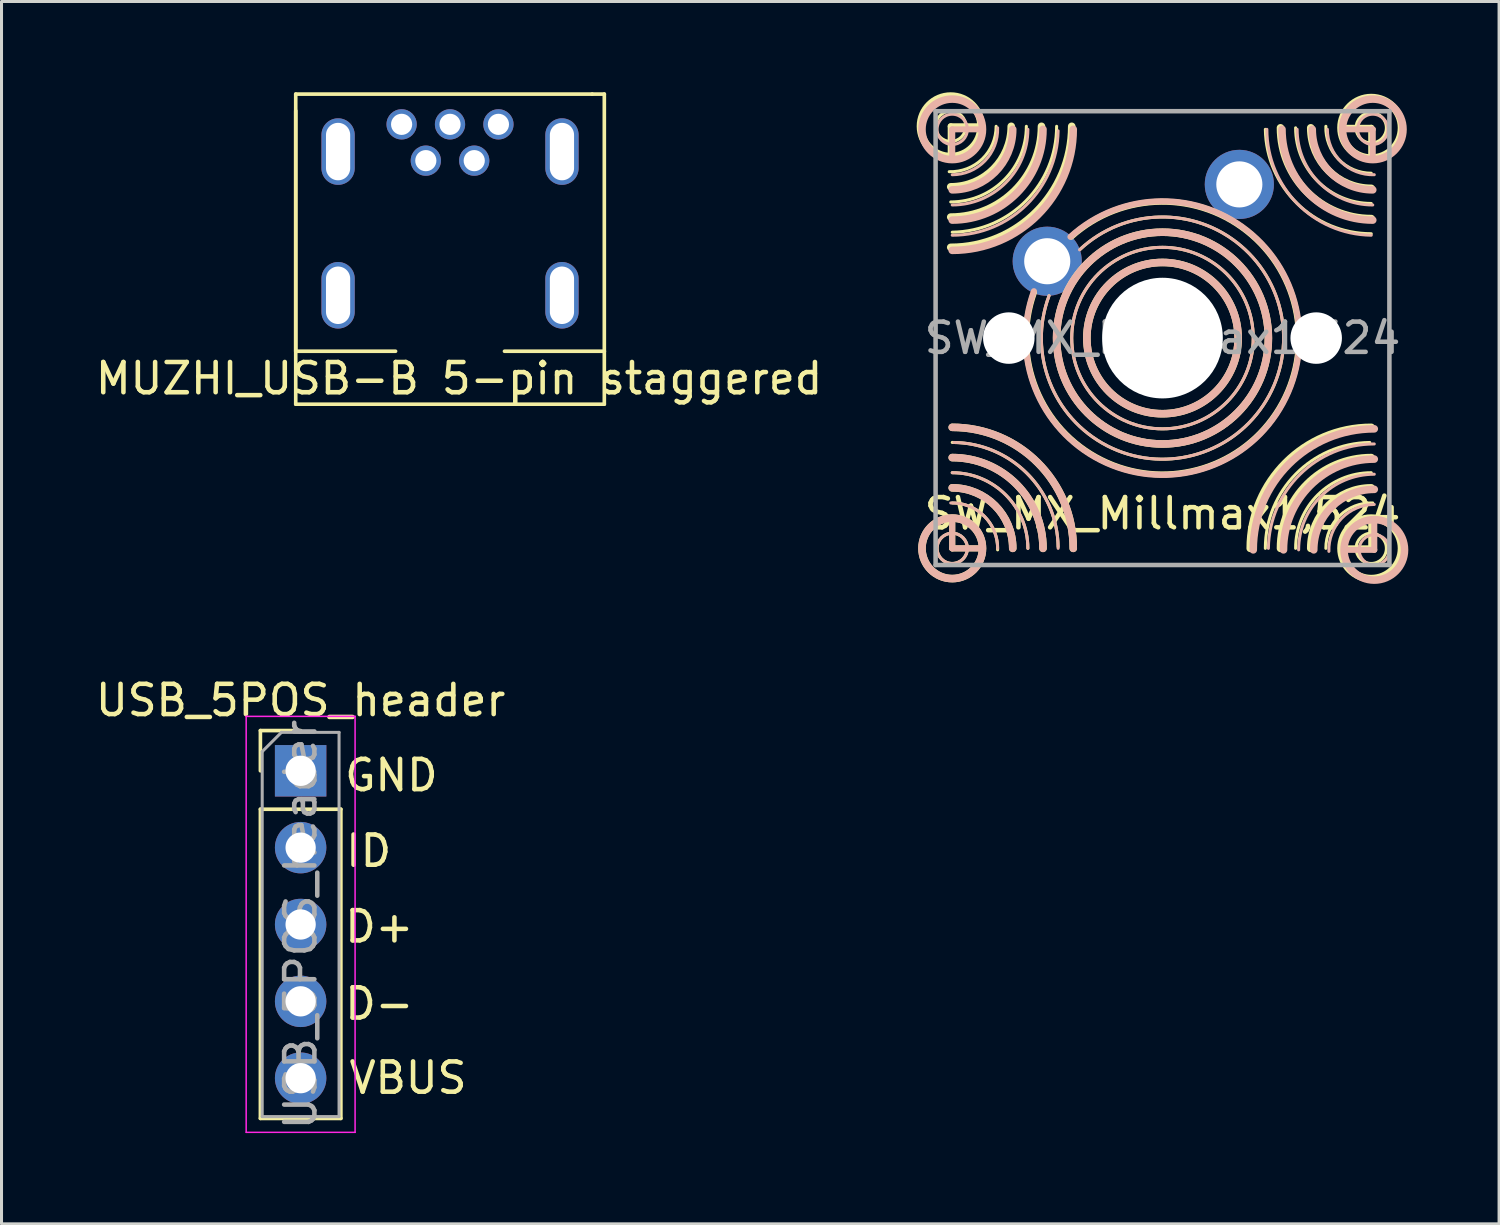
<source format=kicad_pcb>
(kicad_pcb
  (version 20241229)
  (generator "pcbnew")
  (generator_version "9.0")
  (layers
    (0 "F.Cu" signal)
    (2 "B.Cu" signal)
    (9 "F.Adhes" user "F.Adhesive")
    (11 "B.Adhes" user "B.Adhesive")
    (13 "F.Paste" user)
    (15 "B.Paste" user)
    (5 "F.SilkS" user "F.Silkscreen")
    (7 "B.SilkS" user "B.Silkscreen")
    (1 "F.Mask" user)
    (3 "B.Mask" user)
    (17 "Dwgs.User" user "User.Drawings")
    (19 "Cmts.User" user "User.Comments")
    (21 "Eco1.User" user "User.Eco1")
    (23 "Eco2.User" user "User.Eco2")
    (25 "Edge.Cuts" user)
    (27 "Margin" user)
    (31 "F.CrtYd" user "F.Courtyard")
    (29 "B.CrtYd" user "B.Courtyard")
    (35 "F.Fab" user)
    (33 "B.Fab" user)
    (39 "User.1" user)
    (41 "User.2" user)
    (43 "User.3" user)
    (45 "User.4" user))
  (footprint "USB_5POS_header"
    (layer "F.Cu")
    (at 6.887 22.428)
    (property "Reference" "USB_5POS_header" (at 0 -2.33 0) (layer "F.SilkS") (effects (font (size 1 1) (thickness 0.15))))
    (attr through_hole)
    (fp_line (start -1.33 -1.33) (end 0 -1.33) (stroke (width 0.12) (type solid)) (layer "F.SilkS"))
    (fp_line (start -1.33 0) (end -1.33 -1.33) (stroke (width 0.12) (type solid)) (layer "F.SilkS"))
    (fp_line (start -1.33 1.27) (end -1.33 11.49) (stroke (width 0.12) (type solid)) (layer "F.SilkS"))
    (fp_line (start -1.33 1.27) (end 1.33 1.27) (stroke (width 0.12) (type solid)) (layer "F.SilkS"))
    (fp_line (start -1.33 11.49) (end 1.33 11.49) (stroke (width 0.12) (type solid)) (layer "F.SilkS"))
    (fp_line (start 1.33 1.27) (end 1.33 11.49) (stroke (width 0.12) (type solid)) (layer "F.SilkS"))
    (fp_line (start -1.8 -1.8) (end -1.8 11.95) (stroke (width 0.05) (type solid)) (layer "F.CrtYd"))
    (fp_line (start -1.8 11.95) (end 1.8 11.95) (stroke (width 0.05) (type solid)) (layer "F.CrtYd"))
    (fp_line (start 1.8 -1.8) (end -1.8 -1.8) (stroke (width 0.05) (type solid)) (layer "F.CrtYd"))
    (fp_line (start 1.8 11.95) (end 1.8 -1.8) (stroke (width 0.05) (type solid)) (layer "F.CrtYd"))
    (fp_line (start -1.27 -0.635) (end -0.635 -1.27) (stroke (width 0.1) (type solid)) (layer "F.Fab"))
    (fp_line (start -1.27 11.43) (end -1.27 -0.635) (stroke (width 0.1) (type solid)) (layer "F.Fab"))
    (fp_line (start -0.635 -1.27) (end 1.27 -1.27) (stroke (width 0.1) (type solid)) (layer "F.Fab"))
    (fp_line (start 1.27 -1.27) (end 1.27 11.43) (stroke (width 0.1) (type solid)) (layer "F.Fab"))
    (fp_line (start 1.27 11.43) (end -1.27 11.43) (stroke (width 0.1) (type solid)) (layer "F.Fab"))
    (fp_text user "D-" (at 2.6 7.7 0) (layer "F.SilkS") (effects (font (size 1 1) (thickness 0.15))))
    (fp_text user "VBUS" (at 3.55 10.15 0) (layer "F.SilkS") (effects (font (size 1 1) (thickness 0.15))))
    (fp_text user "GND" (at 3 0.15 0) (layer "F.SilkS") (effects (font (size 1 1) (thickness 0.15))))
    (fp_text user "ID" (at 2.25 2.65 0) (layer "F.SilkS") (effects (font (size 1 1) (thickness 0.15))))
    (fp_text user "D+" (at 2.6 5.15 0) (layer "F.SilkS") (effects (font (size 1 1) (thickness 0.15))))
    (fp_text user "${REFERENCE}" (at 0 5.08 90) (layer "F.Fab") (effects (font (size 1 1) (thickness 0.15))))
    (pad "1" thru_hole rect (at 0 0) (size 1.7 1.7) (drill 1) (layers "*.Cu" "*.Mask"))
    (pad "2" thru_hole oval (at 0 2.54) (size 1.7 1.7) (drill 1) (layers "*.Cu" "*.Mask"))
    (pad "3" thru_hole oval (at 0 5.08) (size 1.7 1.7) (drill 1) (layers "*.Cu" "*.Mask"))
    (pad "4" thru_hole oval (at 0 7.62) (size 1.7 1.7) (drill 1) (layers "*.Cu" "*.Mask"))
    (pad "5" thru_hole oval (at 0 10.16) (size 1.7 1.7) (drill 1) (layers "*.Cu" "*.Mask")))
  (footprint "SW_MX_Millmax1,524"
    (layer "F.Cu")
    (at 35.375 8.125)
    (property "Reference" "SW_MX_Millmax1,524" (at 0 5.8 0) (layer "F.SilkS") (effects (font (size 1 1) (thickness 0.15))))
    (attr through_hole)
    (fp_line (start -7 -6) (end -7 -7) (stroke (width 0.2) (type solid)) (layer "F.SilkS"))
    (fp_line (start -6.95 5.95) (end -6.95 6.95) (stroke (width 0.2) (type solid)) (layer "F.SilkS"))
    (fp_line (start -6 -7) (end -7 -7) (stroke (width 0.2) (type solid)) (layer "F.SilkS"))
    (fp_line (start -5.95 6.95) (end -6.95 6.95) (stroke (width 0.2) (type solid)) (layer "F.SilkS"))
    (fp_line (start 5.9 -6.95) (end 6.9 -6.95) (stroke (width 0.2) (type solid)) (layer "F.SilkS"))
    (fp_line (start 5.9 6.95) (end 6.9 6.95) (stroke (width 0.2) (type solid)) (layer "F.SilkS"))
    (fp_line (start 6.9 -5.95) (end 6.9 -6.95) (stroke (width 0.2) (type solid)) (layer "F.SilkS"))
    (fp_line (start 6.9 5.95) (end 6.9 6.95) (stroke (width 0.2) (type solid)) (layer "F.SilkS"))
    (fp_arc (start -6.950001 5.449168) (mid -5.871219 5.906578) (end -5.450001 6.999999) (stroke (width 0.1) (type solid)) (layer "F.SilkS"))
    (fp_arc (start -6.95 2.95) (mid -4.121573 4.121573) (end -2.95 6.95) (stroke (width 0.25) (type solid)) (layer "F.SilkS"))
    (fp_arc (start -6.95 3.95) (mid -4.82868 4.82868) (end -3.95 6.95) (stroke (width 0.25) (type solid)) (layer "F.SilkS"))
    (fp_arc (start -6.95 4.45) (mid -5.182233 5.182233) (end -4.45 6.95) (stroke (width 0.1) (type solid)) (layer "F.SilkS"))
    (fp_arc (start -6.95 4.95) (mid -5.535786 5.535786) (end -4.95 6.95) (stroke (width 0.25) (type solid)) (layer "F.SilkS"))
    (fp_arc (start -6.949999 3.449644) (mid -4.492615 4.45726) (end -3.450001 6.900001) (stroke (width 0.1) (type solid)) (layer "F.SilkS"))
    (fp_arc (start -5.499168 -7.000001) (mid -5.956578 -5.921219) (end -7.049999 -5.500001) (stroke (width 0.1) (type solid)) (layer "F.SilkS"))
    (fp_arc (start -5 -7) (mid -5.585786 -5.585786) (end -7 -5) (stroke (width 0.25) (type solid)) (layer "F.SilkS"))
    (fp_arc (start -4.5 -7) (mid -5.232233 -5.232233) (end -7 -4.5) (stroke (width 0.1) (type solid)) (layer "F.SilkS"))
    (fp_arc (start -4 -7) (mid -4.87868 -4.87868) (end -7 -4) (stroke (width 0.25) (type solid)) (layer "F.SilkS"))
    (fp_arc (start -3.499644 -6.999999) (mid -4.50726 -4.542615) (end -6.950001 -3.500001) (stroke (width 0.1) (type solid)) (layer "F.SilkS"))
    (fp_arc (start -3.013389 -3.351414) (mid 3.747817 2.503269) (end -4.249999 -1.499999) (stroke (width 0.2) (type solid)) (layer "F.SilkS"))
    (fp_arc (start -3 -7) (mid -4.171573 -4.171573) (end -7 -3) (stroke (width 0.25) (type solid)) (layer "F.SilkS"))
    (fp_arc (start -2.723717 -2.933233) (mid 3.326402 2.226553) (end -3.749999 -1.399999) (stroke (width 0.1) (type solid)) (layer "F.SilkS"))
    (fp_arc (start 2.9 6.95) (mid 4.071573 4.121573) (end 6.9 2.95) (stroke (width 0.25) (type solid)) (layer "F.SilkS"))
    (fp_arc (start 3.399644 6.949999) (mid 4.40726 4.492615) (end 6.850001 3.450001) (stroke (width 0.1) (type solid)) (layer "F.SilkS"))
    (fp_arc (start 3.9 6.95) (mid 4.77868 4.82868) (end 6.9 3.95) (stroke (width 0.25) (type solid)) (layer "F.SilkS"))
    (fp_arc (start 4.4 6.95) (mid 5.132233 5.182233) (end 6.9 4.45) (stroke (width 0.1) (type solid)) (layer "F.SilkS"))
    (fp_arc (start 4.9 6.95) (mid 5.485786 5.535786) (end 6.9 4.95) (stroke (width 0.25) (type solid)) (layer "F.SilkS"))
    (fp_arc (start 5.399168 6.950001) (mid 5.856578 5.871219) (end 6.949999 5.450001) (stroke (width 0.1) (type solid)) (layer "F.SilkS"))
    (fp_arc (start 6.899999 -3.449644) (mid 4.442615 -4.45726) (end 3.400001 -6.900001) (stroke (width 0.1) (type solid)) (layer "F.SilkS"))
    (fp_arc (start 6.9 -4.95) (mid 5.485786 -5.535786) (end 4.9 -6.95) (stroke (width 0.25) (type solid)) (layer "F.SilkS"))
    (fp_arc (start 6.9 -4.45) (mid 5.132233 -5.182233) (end 4.4 -6.95) (stroke (width 0.1) (type solid)) (layer "F.SilkS"))
    (fp_arc (start 6.9 -3.95) (mid 4.77868 -4.82868) (end 3.9 -6.95) (stroke (width 0.25) (type solid)) (layer "F.SilkS"))
    (fp_arc (start 6.900001 -5.449168) (mid 5.821219 -5.906578) (end 5.400001 -6.999999) (stroke (width 0.1) (type solid)) (layer "F.SilkS"))
    (fp_circle (center -7 -7) (end -6.5 -7) (stroke (width 0.1) (type solid)) (fill no) (layer "F.SilkS"))
    (fp_circle (center -7 -7) (end -6 -7) (stroke (width 0.25) (type solid)) (fill no) (layer "F.SilkS"))
    (fp_circle (center -6.95 6.95) (end -6.95 5.95) (stroke (width 0.25) (type solid)) (fill no) (layer "F.SilkS"))
    (fp_circle (center -6.95 6.95) (end -6.95 6.45) (stroke (width 0.1) (type solid)) (fill no) (layer "F.SilkS"))
    (fp_circle (center 0 0) (end 2.5 0) (stroke (width 0.25) (type solid)) (fill no) (layer "F.SilkS"))
    (fp_circle (center 0 0) (end 3 0) (stroke (width 0.1) (type solid)) (fill no) (layer "F.SilkS"))
    (fp_circle (center 0 0) (end 3.5 0) (stroke (width 0.25) (type solid)) (fill no) (layer "F.SilkS"))
    (fp_circle (center 6.9 -6.95) (end 6.9 -6.45) (stroke (width 0.1) (type solid)) (fill no) (layer "F.SilkS"))
    (fp_circle (center 6.9 -6.95) (end 6.9 -5.95) (stroke (width 0.25) (type solid)) (fill no) (layer "F.SilkS"))
    (fp_circle (center 6.9 6.95) (end 5.9 6.95) (stroke (width 0.25) (type solid)) (fill no) (layer "F.SilkS"))
    (fp_circle (center 6.9 6.95) (end 6.4 6.95) (stroke (width 0.1) (type solid)) (fill no) (layer "F.SilkS"))
    (fp_line (start -6.95 -5.9) (end -6.95 -6.9) (stroke (width 0.2) (type solid)) (layer "B.SilkS"))
    (fp_line (start -6.95 5.95) (end -6.95 6.95) (stroke (width 0.2) (type solid)) (layer "B.SilkS"))
    (fp_line (start -5.95 -6.9) (end -6.95 -6.9) (stroke (width 0.2) (type solid)) (layer "B.SilkS"))
    (fp_line (start -5.95 6.95) (end -6.95 6.95) (stroke (width 0.2) (type solid)) (layer "B.SilkS"))
    (fp_line (start 5.95 -6.9) (end 6.95 -6.9) (stroke (width 0.2) (type solid)) (layer "B.SilkS"))
    (fp_line (start 6 7) (end 7 7) (stroke (width 0.2) (type solid)) (layer "B.SilkS"))
    (fp_line (start 6.95 -5.9) (end 6.95 -6.9) (stroke (width 0.2) (type solid)) (layer "B.SilkS"))
    (fp_line (start 7 6) (end 7 7) (stroke (width 0.2) (type solid)) (layer "B.SilkS"))
    (fp_arc (start -6.999999 5.450001) (mid -5.906578 5.871219) (end -5.449168 6.950001) (stroke (width 0.1) (type solid)) (layer "B.SilkS"))
    (fp_arc (start -6.95 2.95) (mid -4.121573 4.121573) (end -2.95 6.95) (stroke (width 0.25) (type solid)) (layer "B.SilkS"))
    (fp_arc (start -6.95 3.95) (mid -4.82868 4.82868) (end -3.95 6.95) (stroke (width 0.25) (type solid)) (layer "B.SilkS"))
    (fp_arc (start -6.95 4.45) (mid -5.182233 5.182233) (end -4.45 6.95) (stroke (width 0.1) (type solid)) (layer "B.SilkS"))
    (fp_arc (start -6.95 4.95) (mid -5.535786 5.535786) (end -4.95 6.95) (stroke (width 0.25) (type solid)) (layer "B.SilkS"))
    (fp_arc (start -6.900001 3.450001) (mid -4.45726 4.492615) (end -3.449644 6.949999) (stroke (width 0.1) (type solid)) (layer "B.SilkS"))
    (fp_arc (start -5.450001 -6.949999) (mid -5.871219 -5.856578) (end -6.950001 -5.399168) (stroke (width 0.1) (type solid)) (layer "B.SilkS"))
    (fp_arc (start -4.95 -6.9) (mid -5.535786 -5.485786) (end -6.95 -4.9) (stroke (width 0.25) (type solid)) (layer "B.SilkS"))
    (fp_arc (start -4.45 -6.9) (mid -5.182233 -5.132233) (end -6.95 -4.4) (stroke (width 0.1) (type solid)) (layer "B.SilkS"))
    (fp_arc (start -3.95 -6.9) (mid -4.82868 -4.77868) (end -6.95 -3.9) (stroke (width 0.25) (type solid)) (layer "B.SilkS"))
    (fp_arc (start -3.450001 -6.850001) (mid -4.492615 -4.40726) (end -6.949999 -3.399644) (stroke (width 0.1) (type solid)) (layer "B.SilkS"))
    (fp_arc (start -3.042417 -3.347937) (mid 3.755393 2.522302) (end -4.249999 -1.549999) (stroke (width 0.2) (type solid)) (layer "B.SilkS"))
    (fp_arc (start -2.95 -6.9) (mid -4.121573 -4.071573) (end -6.95 -2.9) (stroke (width 0.25) (type solid)) (layer "B.SilkS"))
    (fp_arc (start -2.741565 -2.916558) (mid 3.33318 2.216394) (end -3.749999 -1.399999) (stroke (width 0.1) (type solid)) (layer "B.SilkS"))
    (fp_arc (start 3 7) (mid 4.171573 4.171573) (end 7 3) (stroke (width 0.25) (type solid)) (layer "B.SilkS"))
    (fp_arc (start 3.500001 6.950001) (mid 4.542615 4.50726) (end 6.999999 3.499644) (stroke (width 0.1) (type solid)) (layer "B.SilkS"))
    (fp_arc (start 4 7) (mid 4.87868 4.87868) (end 7 4) (stroke (width 0.25) (type solid)) (layer "B.SilkS"))
    (fp_arc (start 4.5 7) (mid 5.232233 5.232233) (end 7 4.5) (stroke (width 0.1) (type solid)) (layer "B.SilkS"))
    (fp_arc (start 5 7) (mid 5.585786 5.585786) (end 7 5) (stroke (width 0.25) (type solid)) (layer "B.SilkS"))
    (fp_arc (start 5.500001 7.049999) (mid 5.921219 5.956578) (end 7.000001 5.499168) (stroke (width 0.1) (type solid)) (layer "B.SilkS"))
    (fp_arc (start 6.900001 -3.400001) (mid 4.45726 -4.442615) (end 3.449644 -6.899999) (stroke (width 0.1) (type solid)) (layer "B.SilkS"))
    (fp_arc (start 6.95 -4.9) (mid 5.535786 -5.485786) (end 4.95 -6.9) (stroke (width 0.25) (type solid)) (layer "B.SilkS"))
    (fp_arc (start 6.95 -4.4) (mid 5.182233 -5.132233) (end 4.45 -6.9) (stroke (width 0.1) (type solid)) (layer "B.SilkS"))
    (fp_arc (start 6.95 -3.9) (mid 4.82868 -4.77868) (end 3.95 -6.9) (stroke (width 0.25) (type solid)) (layer "B.SilkS"))
    (fp_arc (start 6.999999 -5.400001) (mid 5.906578 -5.821219) (end 5.449168 -6.900001) (stroke (width 0.1) (type solid)) (layer "B.SilkS"))
    (fp_circle (center -6.95 -6.9) (end -6.95 -6.4) (stroke (width 0.1) (type solid)) (fill no) (layer "B.SilkS"))
    (fp_circle (center -6.95 -6.9) (end -6.95 -5.9) (stroke (width 0.25) (type solid)) (fill no) (layer "B.SilkS"))
    (fp_circle (center -6.95 6.95) (end -6.45 6.95) (stroke (width 0.1) (type solid)) (fill no) (layer "B.SilkS"))
    (fp_circle (center -6.95 6.95) (end -5.95 6.95) (stroke (width 0.25) (type solid)) (fill no) (layer "B.SilkS"))
    (fp_circle (center 0 0) (end 2.5 0) (stroke (width 0.25) (type solid)) (fill no) (layer "B.SilkS"))
    (fp_circle (center 0 0) (end 3 0) (stroke (width 0.1) (type solid)) (fill no) (layer "B.SilkS"))
    (fp_circle (center 0 0) (end 3.5 0) (stroke (width 0.25) (type solid)) (fill no) (layer "B.SilkS"))
    (fp_circle (center 6.95 -6.9) (end 5.95 -6.9) (stroke (width 0.25) (type solid)) (fill no) (layer "B.SilkS"))
    (fp_circle (center 6.95 -6.9) (end 6.45 -6.9) (stroke (width 0.1) (type solid)) (fill no) (layer "B.SilkS"))
    (fp_circle (center 7 7) (end 7 6) (stroke (width 0.25) (type solid)) (fill no) (layer "B.SilkS"))
    (fp_circle (center 7 7) (end 7 6.5) (stroke (width 0.1) (type solid)) (fill no) (layer "B.SilkS"))
    (fp_line (start -6.9 6.9) (end -6.9 -6.9) (stroke (width 0.15) (type solid)) (layer "Eco2.User"))
    (fp_line (start -6.9 6.9) (end 6.9 6.9) (stroke (width 0.15) (type solid)) (layer "Eco2.User"))
    (fp_line (start 6.9 -6.9) (end -6.9 -6.9) (stroke (width 0.15) (type solid)) (layer "Eco2.User"))
    (fp_line (start 6.9 -6.9) (end 6.9 6.9) (stroke (width 0.15) (type solid)) (layer "Eco2.User"))
    (fp_line (start -7.5 -7.5) (end 7.5 -7.5) (stroke (width 0.15) (type solid)) (layer "F.Fab"))
    (fp_line (start -7.5 7.5) (end -7.5 -7.5) (stroke (width 0.15) (type solid)) (layer "F.Fab"))
    (fp_line (start 7.5 -7.5) (end 7.5 7.5) (stroke (width 0.15) (type solid)) (layer "F.Fab"))
    (fp_line (start 7.5 7.5) (end -7.5 7.5) (stroke (width 0.15) (type solid)) (layer "F.Fab"))
    (fp_text user "${REFERENCE}" (at 0 0 0) (layer "F.Fab") (effects (font (size 1 1) (thickness 0.15))))
    (pad "" np_thru_hole circle (at -5.08 0) (size 1.702 1.702) (drill 1.702) (layers "*.Cu" "*.Mask"))
    (pad "" np_thru_hole circle (at 0 0) (size 3.988 3.988) (drill 3.988) (layers "*.Cu" "*.Mask"))
    (pad "" np_thru_hole circle (at 5.08 0) (size 1.702 1.702) (drill 1.702) (layers "*.Cu" "*.Mask"))
    (pad "1" thru_hole circle (at -3.81 -2.54) (size 2.286 2.286) (drill 1.524) (layers "*.Cu" "*.Mask"))
    (pad "2" thru_hole circle (at 2.54 -5.08) (size 2.286 2.286) (drill 1.524) (layers "*.Cu" "*.Mask")))
  (footprint "MUZHI_USB-B 5-pin staggered"
    (layer "F.Cu")
    (at 21.725 9.66)
    (property "Reference" "MUZHI_USB-B 5-pin staggered" (at -9.6 -0.2 0) (layer "F.SilkS") (effects (font (size 1 1) (thickness 0.15))))
    (attr through_hole)
    (fp_line (start -15 -9.6) (end -5.2 -9.6) (stroke (width 0.12) (type solid)) (layer "F.SilkS"))
    (fp_line (start -15 -9.05) (end -15 0.65) (stroke (width 0.12) (type solid)) (layer "F.SilkS"))
    (fp_line (start -15 -1.1) (end -15 -9.6) (stroke (width 0.12) (type solid)) (layer "F.SilkS"))
    (fp_line (start -15 -1.1) (end -11.7 -1.1) (stroke (width 0.12) (type solid)) (layer "F.SilkS"))
    (fp_line (start -15 0.65) (end -4.8 0.65) (stroke (width 0.12) (type solid)) (layer "F.SilkS"))
    (fp_line (start -4.8 -9.6) (end -5.2 -9.6) (stroke (width 0.12) (type solid)) (layer "F.SilkS"))
    (fp_line (start -4.8 -1.1) (end -8.1 -1.1) (stroke (width 0.12) (type solid)) (layer "F.SilkS"))
    (fp_line (start -4.8 -1.1) (end -4.8 -9.6) (stroke (width 0.12) (type solid)) (layer "F.SilkS"))
    (fp_line (start -4.8 0.65) (end -4.8 -1.1) (stroke (width 0.12) (type solid)) (layer "F.SilkS"))
    (pad "1" thru_hole circle (at -11.5 -8.6) (size 1 1) (drill 0.7) (layers "*.Cu" "*.Mask"))
    (pad "2" thru_hole circle (at -10.7 -7.4) (size 1 1) (drill 0.7) (layers "*.Cu" "*.Mask"))
    (pad "3" thru_hole circle (at -9.9 -8.6) (size 1 1) (drill 0.7) (layers "*.Cu" "*.Mask"))
    (pad "4" thru_hole circle (at -9.1 -7.4) (size 1 1) (drill 0.7) (layers "*.Cu" "*.Mask"))
    (pad "5" thru_hole oval (at -13.6 -7.7 180) (size 1.1 2.2) (drill oval 0.8 1.9) (layers "*.Cu" "*.Mask"))
    (pad "5" thru_hole oval (at -13.6 -2.95) (size 1.1 2.2) (drill oval 0.8 1.9) (layers "*.Cu" "*.Mask"))
    (pad "5" thru_hole circle (at -8.3 -8.6) (size 1 1) (drill 0.7) (layers "*.Cu" "*.Mask"))
    (pad "5" thru_hole oval (at -6.2 -7.7) (size 1.1 2.2) (drill oval 0.8 1.9) (layers "*.Cu" "*.Mask"))
    (pad "5" thru_hole oval (at -6.2 -2.95) (size 1.1 2.2) (drill oval 0.8 1.9) (layers "*.Cu" "*.Mask")))
  (gr_rect
    (start -3 -3)
    (end 46.5 37.403)
    (stroke (width 0.1) (type default))
    (fill no)
    (layer "Edge.Cuts")))
</source>
